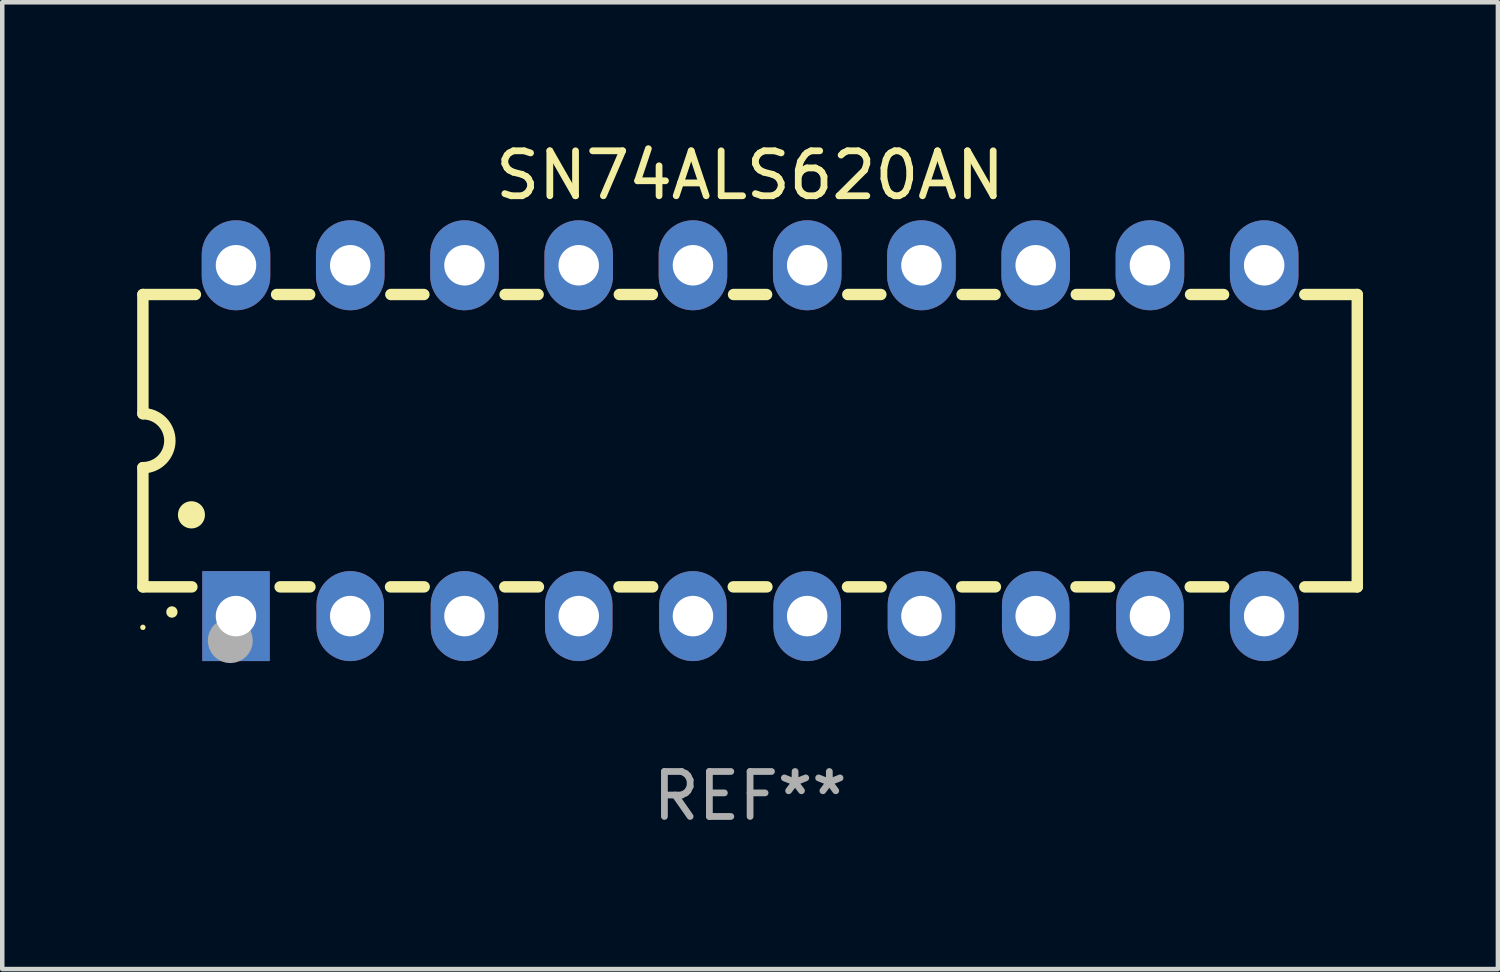
<source format=kicad_pcb>
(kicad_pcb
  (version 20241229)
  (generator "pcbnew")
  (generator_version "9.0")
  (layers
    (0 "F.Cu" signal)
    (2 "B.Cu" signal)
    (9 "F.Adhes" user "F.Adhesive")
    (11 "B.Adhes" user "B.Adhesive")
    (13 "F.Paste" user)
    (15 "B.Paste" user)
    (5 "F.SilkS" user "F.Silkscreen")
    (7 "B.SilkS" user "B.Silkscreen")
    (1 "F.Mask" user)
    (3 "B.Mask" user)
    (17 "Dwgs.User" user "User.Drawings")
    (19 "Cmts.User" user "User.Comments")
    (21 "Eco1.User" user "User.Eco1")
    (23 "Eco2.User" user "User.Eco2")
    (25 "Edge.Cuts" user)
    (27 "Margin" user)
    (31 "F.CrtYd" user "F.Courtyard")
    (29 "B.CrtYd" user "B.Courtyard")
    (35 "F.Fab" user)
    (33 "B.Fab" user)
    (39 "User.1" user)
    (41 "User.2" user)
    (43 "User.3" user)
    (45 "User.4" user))
  (footprint "SN74ALS620AN"
    (layer "F.Cu")
    (at 13.627 6.748)
    (property "Reference" "SN74ALS620AN" (at 0 -5.9 0) (layer "F.SilkS") (effects (font (size 1 1) (thickness 0.15))))
    (attr through_hole)
    (fp_line (start -13.5 -3.25) (end -12.333 -3.25) (stroke (width 0.254) (type solid)) (layer "F.SilkS"))
    (fp_line (start -13.5 -0.6) (end -13.5 -3.25) (stroke (width 0.254) (type solid)) (layer "F.SilkS"))
    (fp_line (start -13.5 3.25) (end -13.5 0.6) (stroke (width 0.254) (type solid)) (layer "F.SilkS"))
    (fp_line (start -13.5 3.25) (end -12.411 3.25) (stroke (width 0.254) (type solid)) (layer "F.SilkS"))
    (fp_line (start -10.527 -3.25) (end -9.793 -3.25) (stroke (width 0.254) (type solid)) (layer "F.SilkS"))
    (fp_line (start -10.449 3.25) (end -9.786 3.25) (stroke (width 0.254) (type solid)) (layer "F.SilkS"))
    (fp_line (start -7.994 3.25) (end -7.246 3.25) (stroke (width 0.254) (type solid)) (layer "F.SilkS"))
    (fp_line (start -7.987 -3.25) (end -7.253 -3.25) (stroke (width 0.254) (type solid)) (layer "F.SilkS"))
    (fp_line (start -5.454 3.25) (end -4.706 3.25) (stroke (width 0.254) (type solid)) (layer "F.SilkS"))
    (fp_line (start -5.447 -3.25) (end -4.713 -3.25) (stroke (width 0.254) (type solid)) (layer "F.SilkS"))
    (fp_line (start -2.914 3.25) (end -2.166 3.25) (stroke (width 0.254) (type solid)) (layer "F.SilkS"))
    (fp_line (start -2.907 -3.25) (end -2.173 -3.25) (stroke (width 0.254) (type solid)) (layer "F.SilkS"))
    (fp_line (start -0.374 3.25) (end 0.374 3.25) (stroke (width 0.254) (type solid)) (layer "F.SilkS"))
    (fp_line (start -0.367 -3.25) (end 0.367 -3.25) (stroke (width 0.254) (type solid)) (layer "F.SilkS"))
    (fp_line (start 2.166 3.25) (end 2.914 3.25) (stroke (width 0.254) (type solid)) (layer "F.SilkS"))
    (fp_line (start 2.173 -3.25) (end 2.907 -3.25) (stroke (width 0.254) (type solid)) (layer "F.SilkS"))
    (fp_line (start 4.706 3.25) (end 5.454 3.25) (stroke (width 0.254) (type solid)) (layer "F.SilkS"))
    (fp_line (start 4.713 -3.25) (end 5.447 -3.25) (stroke (width 0.254) (type solid)) (layer "F.SilkS"))
    (fp_line (start 7.246 3.25) (end 7.994 3.25) (stroke (width 0.254) (type solid)) (layer "F.SilkS"))
    (fp_line (start 7.253 -3.25) (end 7.987 -3.25) (stroke (width 0.254) (type solid)) (layer "F.SilkS"))
    (fp_line (start 9.786 3.25) (end 10.527 3.25) (stroke (width 0.254) (type solid)) (layer "F.SilkS"))
    (fp_line (start 9.793 -3.25) (end 10.527 -3.25) (stroke (width 0.254) (type solid)) (layer "F.SilkS"))
    (fp_line (start 12.333 -3.25) (end 13.5 -3.25) (stroke (width 0.254) (type solid)) (layer "F.SilkS"))
    (fp_line (start 12.333 3.25) (end 13.5 3.25) (stroke (width 0.254) (type solid)) (layer "F.SilkS"))
    (fp_line (start 13.5 -3.25) (end 13.5 3.25) (stroke (width 0.254) (type solid)) (layer "F.SilkS"))
    (fp_arc (start -13.500127 -0.599442) (mid -12.900406 0.000228) (end -13.500025 0.6) (stroke (width 0.254001) (type solid)) (layer "F.SilkS"))
    (fp_arc (start -12.854966 3.810008) (mid -12.854973 3.808738) (end -12.854966 3.807468) (stroke (width 0.25) (type solid)) (layer "F.SilkS"))
    (fp_arc (start -12.420625 1.651003) (mid -12.420636 1.648463) (end -12.420625 1.645923) (stroke (width 0.6) (type solid)) (layer "F.SilkS"))
    (fp_circle (center -13.5 4.15) (end -13.47 4.15) (stroke (width 0.06) (type solid)) (fill no) (layer "F.SilkS"))
    (fp_circle (center -11.557 4.445) (end -11.307 4.445) (stroke (width 0.5) (type solid)) (fill no) (layer "F.Fab"))
    (fp_text user "REF**" (at 0 7.9 0) (layer "F.Fab") (effects (font (size 1 1) (thickness 0.15))))
    (pad "1" thru_hole rect (at -11.43 3.9 90) (size 2 1.5) (drill 0.9) (layers "*.Cu" "*.Mask"))
    (pad "2" thru_hole oval (at -8.89 3.9 90) (size 2 1.5) (drill 0.9) (layers "*.Cu" "*.Mask"))
    (pad "3" thru_hole oval (at -6.35 3.9 90) (size 2 1.5) (drill 0.9) (layers "*.Cu" "*.Mask"))
    (pad "4" thru_hole oval (at -3.81 3.9 90) (size 2 1.5) (drill 0.9) (layers "*.Cu" "*.Mask"))
    (pad "5" thru_hole oval (at -1.27 3.9 90) (size 2 1.5) (drill 0.9) (layers "*.Cu" "*.Mask"))
    (pad "6" thru_hole oval (at 1.27 3.9 90) (size 2 1.5) (drill 0.9) (layers "*.Cu" "*.Mask"))
    (pad "7" thru_hole oval (at 3.81 3.9 90) (size 2 1.5) (drill 0.9) (layers "*.Cu" "*.Mask"))
    (pad "8" thru_hole oval (at 6.35 3.9 90) (size 2 1.5) (drill 0.9) (layers "*.Cu" "*.Mask"))
    (pad "9" thru_hole oval (at 8.89 3.9 90) (size 2 1.5) (drill 0.9) (layers "*.Cu" "*.Mask"))
    (pad "10" thru_hole oval (at 11.43 3.9 90) (size 2 1.524) (drill 0.9) (layers "*.Cu" "*.Mask"))
    (pad "11" thru_hole oval (at 11.43 -3.9 90) (size 2 1.524) (drill 0.9) (layers "*.Cu" "*.Mask"))
    (pad "12" thru_hole oval (at 8.89 -3.9 90) (size 2 1.524) (drill 0.9) (layers "*.Cu" "*.Mask"))
    (pad "13" thru_hole oval (at 6.35 -3.9 90) (size 2 1.524) (drill 0.9) (layers "*.Cu" "*.Mask"))
    (pad "14" thru_hole oval (at 3.81 -3.9 90) (size 2 1.524) (drill 0.9) (layers "*.Cu" "*.Mask"))
    (pad "15" thru_hole oval (at 1.27 -3.9 90) (size 2 1.524) (drill 0.9) (layers "*.Cu" "*.Mask"))
    (pad "16" thru_hole oval (at -1.27 -3.9 90) (size 2 1.524) (drill 0.9) (layers "*.Cu" "*.Mask"))
    (pad "17" thru_hole oval (at -3.81 -3.9 90) (size 2 1.524) (drill 0.9) (layers "*.Cu" "*.Mask"))
    (pad "18" thru_hole oval (at -6.35 -3.9 90) (size 2 1.524) (drill 0.9) (layers "*.Cu" "*.Mask"))
    (pad "19" thru_hole oval (at -8.89 -3.9 90) (size 2 1.524) (drill 0.9) (layers "*.Cu" "*.Mask"))
    (pad "20" thru_hole oval (at -11.43 -3.9 90) (size 2 1.524) (drill 0.9) (layers "*.Cu" "*.Mask")))
  (gr_rect
    (start -3 -3)
    (end 30.254 18.496)
    (stroke (width 0.1) (type default))
    (fill no)
    (layer "Edge.Cuts")))
</source>
